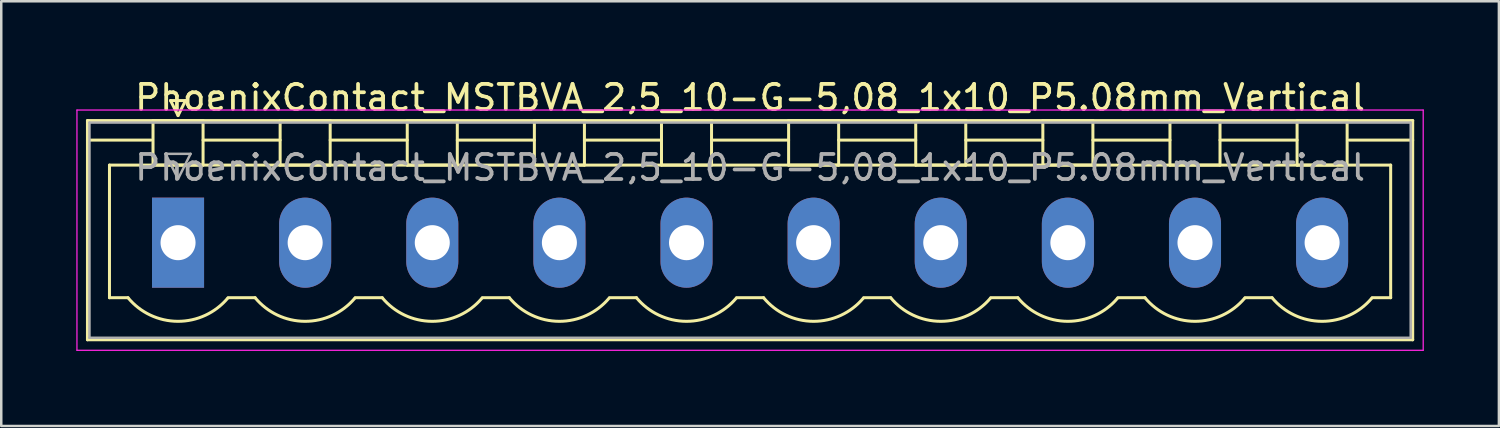
<source format=kicad_pcb>
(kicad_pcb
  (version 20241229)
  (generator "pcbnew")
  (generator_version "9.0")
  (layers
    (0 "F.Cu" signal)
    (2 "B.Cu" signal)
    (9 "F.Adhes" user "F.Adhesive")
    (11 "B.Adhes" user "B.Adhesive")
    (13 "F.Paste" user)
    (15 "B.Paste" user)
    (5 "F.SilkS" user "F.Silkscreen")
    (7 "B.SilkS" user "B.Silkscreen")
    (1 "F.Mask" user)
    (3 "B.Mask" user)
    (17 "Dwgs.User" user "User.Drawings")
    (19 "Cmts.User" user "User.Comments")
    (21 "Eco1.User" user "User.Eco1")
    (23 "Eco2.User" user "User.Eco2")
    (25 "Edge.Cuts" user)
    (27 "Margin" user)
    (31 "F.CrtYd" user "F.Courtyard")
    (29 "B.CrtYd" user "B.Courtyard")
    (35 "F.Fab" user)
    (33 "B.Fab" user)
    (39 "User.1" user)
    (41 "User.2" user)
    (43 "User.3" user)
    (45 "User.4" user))
  (footprint "PhoenixContact_MSTBVA_2,5_10-G-5,08_1x10_P5.08mm_Vertical"
    (layer "F.Cu")
    (at 4.065 6.648)
    (property "Reference" "PhoenixContact_MSTBVA_2,5_10-G-5,08_1x10_P5.08mm_Vertical" (at 22.86 -5.8 0) (layer "F.SilkS") (effects (font (size 1 1) (thickness 0.15))))
    (attr through_hole)
    (fp_line (start -3.62 -4.88) (end -3.62 3.88) (stroke (width 0.12) (type solid)) (layer "F.SilkS"))
    (fp_line (start -3.62 -4.1) (end -1.08 -4.1) (stroke (width 0.12) (type solid)) (layer "F.SilkS"))
    (fp_line (start -3.62 3.88) (end 49.34 3.88) (stroke (width 0.12) (type solid)) (layer "F.SilkS"))
    (fp_line (start -2.74 -3.1) (end 48.46 -3.1) (stroke (width 0.12) (type solid)) (layer "F.SilkS"))
    (fp_line (start -2.74 2.2) (end -2.74 -3.1) (stroke (width 0.12) (type solid)) (layer "F.SilkS"))
    (fp_line (start -2 2.2) (end -2.74 2.2) (stroke (width 0.12) (type solid)) (layer "F.SilkS"))
    (fp_line (start -1 -4.88) (end 1 -4.88) (stroke (width 0.12) (type solid)) (layer "F.SilkS"))
    (fp_line (start -1 -3.1) (end -1 -4.88) (stroke (width 0.12) (type solid)) (layer "F.SilkS"))
    (fp_line (start -0.3 -5.68) (end 0.3 -5.68) (stroke (width 0.12) (type solid)) (layer "F.SilkS"))
    (fp_line (start 0 -5.08) (end -0.3 -5.68) (stroke (width 0.12) (type solid)) (layer "F.SilkS"))
    (fp_line (start 0.3 -5.68) (end 0 -5.08) (stroke (width 0.12) (type solid)) (layer "F.SilkS"))
    (fp_line (start 1 -4.88) (end 1 -3.1) (stroke (width 0.12) (type solid)) (layer "F.SilkS"))
    (fp_line (start 1 -4.1) (end 4.08 -4.1) (stroke (width 0.12) (type solid)) (layer "F.SilkS"))
    (fp_line (start 1 -3.1) (end -1 -3.1) (stroke (width 0.12) (type solid)) (layer "F.SilkS"))
    (fp_line (start 2 2.2) (end 3.08 2.2) (stroke (width 0.12) (type solid)) (layer "F.SilkS"))
    (fp_line (start 4.08 -4.88) (end 6.08 -4.88) (stroke (width 0.12) (type solid)) (layer "F.SilkS"))
    (fp_line (start 4.08 -3.1) (end 4.08 -4.88) (stroke (width 0.12) (type solid)) (layer "F.SilkS"))
    (fp_line (start 6.08 -4.88) (end 6.08 -3.1) (stroke (width 0.12) (type solid)) (layer "F.SilkS"))
    (fp_line (start 6.08 -4.1) (end 9.16 -4.1) (stroke (width 0.12) (type solid)) (layer "F.SilkS"))
    (fp_line (start 6.08 -3.1) (end 4.08 -3.1) (stroke (width 0.12) (type solid)) (layer "F.SilkS"))
    (fp_line (start 7.08 2.2) (end 8.16 2.2) (stroke (width 0.12) (type solid)) (layer "F.SilkS"))
    (fp_line (start 9.16 -4.88) (end 11.16 -4.88) (stroke (width 0.12) (type solid)) (layer "F.SilkS"))
    (fp_line (start 9.16 -3.1) (end 9.16 -4.88) (stroke (width 0.12) (type solid)) (layer "F.SilkS"))
    (fp_line (start 11.16 -4.88) (end 11.16 -3.1) (stroke (width 0.12) (type solid)) (layer "F.SilkS"))
    (fp_line (start 11.16 -4.1) (end 14.24 -4.1) (stroke (width 0.12) (type solid)) (layer "F.SilkS"))
    (fp_line (start 11.16 -3.1) (end 9.16 -3.1) (stroke (width 0.12) (type solid)) (layer "F.SilkS"))
    (fp_line (start 12.16 2.2) (end 13.24 2.2) (stroke (width 0.12) (type solid)) (layer "F.SilkS"))
    (fp_line (start 14.24 -4.88) (end 16.24 -4.88) (stroke (width 0.12) (type solid)) (layer "F.SilkS"))
    (fp_line (start 14.24 -3.1) (end 14.24 -4.88) (stroke (width 0.12) (type solid)) (layer "F.SilkS"))
    (fp_line (start 16.24 -4.88) (end 16.24 -3.1) (stroke (width 0.12) (type solid)) (layer "F.SilkS"))
    (fp_line (start 16.24 -4.1) (end 19.32 -4.1) (stroke (width 0.12) (type solid)) (layer "F.SilkS"))
    (fp_line (start 16.24 -3.1) (end 14.24 -3.1) (stroke (width 0.12) (type solid)) (layer "F.SilkS"))
    (fp_line (start 17.24 2.2) (end 18.32 2.2) (stroke (width 0.12) (type solid)) (layer "F.SilkS"))
    (fp_line (start 19.32 -4.88) (end 21.32 -4.88) (stroke (width 0.12) (type solid)) (layer "F.SilkS"))
    (fp_line (start 19.32 -3.1) (end 19.32 -4.88) (stroke (width 0.12) (type solid)) (layer "F.SilkS"))
    (fp_line (start 21.32 -4.88) (end 21.32 -3.1) (stroke (width 0.12) (type solid)) (layer "F.SilkS"))
    (fp_line (start 21.32 -4.1) (end 24.4 -4.1) (stroke (width 0.12) (type solid)) (layer "F.SilkS"))
    (fp_line (start 21.32 -3.1) (end 19.32 -3.1) (stroke (width 0.12) (type solid)) (layer "F.SilkS"))
    (fp_line (start 22.32 2.2) (end 23.4 2.2) (stroke (width 0.12) (type solid)) (layer "F.SilkS"))
    (fp_line (start 24.4 -4.88) (end 26.4 -4.88) (stroke (width 0.12) (type solid)) (layer "F.SilkS"))
    (fp_line (start 24.4 -3.1) (end 24.4 -4.88) (stroke (width 0.12) (type solid)) (layer "F.SilkS"))
    (fp_line (start 26.4 -4.88) (end 26.4 -3.1) (stroke (width 0.12) (type solid)) (layer "F.SilkS"))
    (fp_line (start 26.4 -4.1) (end 29.48 -4.1) (stroke (width 0.12) (type solid)) (layer "F.SilkS"))
    (fp_line (start 26.4 -3.1) (end 24.4 -3.1) (stroke (width 0.12) (type solid)) (layer "F.SilkS"))
    (fp_line (start 27.4 2.2) (end 28.48 2.2) (stroke (width 0.12) (type solid)) (layer "F.SilkS"))
    (fp_line (start 29.48 -4.88) (end 31.48 -4.88) (stroke (width 0.12) (type solid)) (layer "F.SilkS"))
    (fp_line (start 29.48 -3.1) (end 29.48 -4.88) (stroke (width 0.12) (type solid)) (layer "F.SilkS"))
    (fp_line (start 31.48 -4.88) (end 31.48 -3.1) (stroke (width 0.12) (type solid)) (layer "F.SilkS"))
    (fp_line (start 31.48 -4.1) (end 34.56 -4.1) (stroke (width 0.12) (type solid)) (layer "F.SilkS"))
    (fp_line (start 31.48 -3.1) (end 29.48 -3.1) (stroke (width 0.12) (type solid)) (layer "F.SilkS"))
    (fp_line (start 32.48 2.2) (end 33.56 2.2) (stroke (width 0.12) (type solid)) (layer "F.SilkS"))
    (fp_line (start 34.56 -4.88) (end 36.56 -4.88) (stroke (width 0.12) (type solid)) (layer "F.SilkS"))
    (fp_line (start 34.56 -3.1) (end 34.56 -4.88) (stroke (width 0.12) (type solid)) (layer "F.SilkS"))
    (fp_line (start 36.56 -4.88) (end 36.56 -3.1) (stroke (width 0.12) (type solid)) (layer "F.SilkS"))
    (fp_line (start 36.56 -4.1) (end 39.64 -4.1) (stroke (width 0.12) (type solid)) (layer "F.SilkS"))
    (fp_line (start 36.56 -3.1) (end 34.56 -3.1) (stroke (width 0.12) (type solid)) (layer "F.SilkS"))
    (fp_line (start 37.56 2.2) (end 38.64 2.2) (stroke (width 0.12) (type solid)) (layer "F.SilkS"))
    (fp_line (start 39.64 -4.88) (end 41.64 -4.88) (stroke (width 0.12) (type solid)) (layer "F.SilkS"))
    (fp_line (start 39.64 -3.1) (end 39.64 -4.88) (stroke (width 0.12) (type solid)) (layer "F.SilkS"))
    (fp_line (start 41.64 -4.88) (end 41.64 -3.1) (stroke (width 0.12) (type solid)) (layer "F.SilkS"))
    (fp_line (start 41.64 -4.1) (end 44.72 -4.1) (stroke (width 0.12) (type solid)) (layer "F.SilkS"))
    (fp_line (start 41.64 -3.1) (end 39.64 -3.1) (stroke (width 0.12) (type solid)) (layer "F.SilkS"))
    (fp_line (start 42.64 2.2) (end 43.72 2.2) (stroke (width 0.12) (type solid)) (layer "F.SilkS"))
    (fp_line (start 44.72 -4.88) (end 46.72 -4.88) (stroke (width 0.12) (type solid)) (layer "F.SilkS"))
    (fp_line (start 44.72 -3.1) (end 44.72 -4.88) (stroke (width 0.12) (type solid)) (layer "F.SilkS"))
    (fp_line (start 46.72 -4.88) (end 46.72 -3.1) (stroke (width 0.12) (type solid)) (layer "F.SilkS"))
    (fp_line (start 46.72 -3.1) (end 44.72 -3.1) (stroke (width 0.12) (type solid)) (layer "F.SilkS"))
    (fp_line (start 48.46 -3.1) (end 48.46 2.2) (stroke (width 0.12) (type solid)) (layer "F.SilkS"))
    (fp_line (start 48.46 2.2) (end 47.72 2.2) (stroke (width 0.12) (type solid)) (layer "F.SilkS"))
    (fp_line (start 49.34 -4.88) (end -3.62 -4.88) (stroke (width 0.12) (type solid)) (layer "F.SilkS"))
    (fp_line (start 49.34 -4.1) (end 46.8 -4.1) (stroke (width 0.12) (type solid)) (layer "F.SilkS"))
    (fp_line (start 49.34 3.88) (end 49.34 -4.88) (stroke (width 0.12) (type solid)) (layer "F.SilkS"))
    (fp_arc (start 1.986842 2.215821) (mid -0.010289 3.142758) (end -2 2.2) (stroke (width 0.12) (type solid)) (layer "F.SilkS"))
    (fp_arc (start 7.066842 2.215821) (mid 5.069711 3.142758) (end 3.08 2.2) (stroke (width 0.12) (type solid)) (layer "F.SilkS"))
    (fp_arc (start 12.146842 2.215821) (mid 10.149711 3.142758) (end 8.16 2.2) (stroke (width 0.12) (type solid)) (layer "F.SilkS"))
    (fp_arc (start 17.226842 2.215821) (mid 15.229711 3.142758) (end 13.24 2.2) (stroke (width 0.12) (type solid)) (layer "F.SilkS"))
    (fp_arc (start 22.306842 2.215821) (mid 20.309711 3.142758) (end 18.32 2.2) (stroke (width 0.12) (type solid)) (layer "F.SilkS"))
    (fp_arc (start 27.386842 2.215821) (mid 25.389711 3.142758) (end 23.4 2.2) (stroke (width 0.12) (type solid)) (layer "F.SilkS"))
    (fp_arc (start 32.466842 2.215821) (mid 30.469711 3.142758) (end 28.48 2.2) (stroke (width 0.12) (type solid)) (layer "F.SilkS"))
    (fp_arc (start 37.546842 2.215821) (mid 35.549711 3.142758) (end 33.56 2.2) (stroke (width 0.12) (type solid)) (layer "F.SilkS"))
    (fp_arc (start 42.626842 2.215821) (mid 40.629711 3.142758) (end 38.64 2.2) (stroke (width 0.12) (type solid)) (layer "F.SilkS"))
    (fp_arc (start 47.706842 2.215821) (mid 45.709711 3.142758) (end 43.72 2.2) (stroke (width 0.12) (type solid)) (layer "F.SilkS"))
    (fp_line (start -4.04 -5.3) (end -4.04 4.3) (stroke (width 0.05) (type solid)) (layer "F.CrtYd"))
    (fp_line (start -4.04 4.3) (end 49.76 4.3) (stroke (width 0.05) (type solid)) (layer "F.CrtYd"))
    (fp_line (start 49.76 -5.3) (end -4.04 -5.3) (stroke (width 0.05) (type solid)) (layer "F.CrtYd"))
    (fp_line (start 49.76 4.3) (end 49.76 -5.3) (stroke (width 0.05) (type solid)) (layer "F.CrtYd"))
    (fp_line (start -3.54 -4.8) (end -3.54 3.8) (stroke (width 0.1) (type solid)) (layer "F.Fab"))
    (fp_line (start -3.54 3.8) (end 49.26 3.8) (stroke (width 0.1) (type solid)) (layer "F.Fab"))
    (fp_line (start -0.5 -3.55) (end 0.5 -3.55) (stroke (width 0.1) (type solid)) (layer "F.Fab"))
    (fp_line (start 0 -2.55) (end -0.5 -3.55) (stroke (width 0.1) (type solid)) (layer "F.Fab"))
    (fp_line (start 0.5 -3.55) (end 0 -2.55) (stroke (width 0.1) (type solid)) (layer "F.Fab"))
    (fp_line (start 49.26 -4.8) (end -3.54 -4.8) (stroke (width 0.1) (type solid)) (layer "F.Fab"))
    (fp_line (start 49.26 3.8) (end 49.26 -4.8) (stroke (width 0.1) (type solid)) (layer "F.Fab"))
    (fp_text user "${REFERENCE}" (at 22.86 -3 0) (layer "F.Fab") (effects (font (size 1 1) (thickness 0.15))))
    (pad "1" thru_hole rect (at 0 0) (size 2.08 3.6) (drill 1.4) (layers "*.Cu" "*.Mask"))
    (pad "2" thru_hole oval (at 5.08 0) (size 2.08 3.6) (drill 1.4) (layers "*.Cu" "*.Mask"))
    (pad "3" thru_hole oval (at 10.16 0) (size 2.08 3.6) (drill 1.4) (layers "*.Cu" "*.Mask"))
    (pad "4" thru_hole oval (at 15.24 0) (size 2.08 3.6) (drill 1.4) (layers "*.Cu" "*.Mask"))
    (pad "5" thru_hole oval (at 20.32 0) (size 2.08 3.6) (drill 1.4) (layers "*.Cu" "*.Mask"))
    (pad "6" thru_hole oval (at 25.4 0) (size 2.08 3.6) (drill 1.4) (layers "*.Cu" "*.Mask"))
    (pad "7" thru_hole oval (at 30.48 0) (size 2.08 3.6) (drill 1.4) (layers "*.Cu" "*.Mask"))
    (pad "8" thru_hole oval (at 35.56 0) (size 2.08 3.6) (drill 1.4) (layers "*.Cu" "*.Mask"))
    (pad "9" thru_hole oval (at 40.64 0) (size 2.08 3.6) (drill 1.4) (layers "*.Cu" "*.Mask"))
    (pad "10" thru_hole oval (at 45.72 0) (size 2.08 3.6) (drill 1.4) (layers "*.Cu" "*.Mask")))
  (gr_rect
    (start -3 -3)
    (end 56.85 13.973)
    (stroke (width 0.1) (type default))
    (fill no)
    (layer "Edge.Cuts")))
</source>
